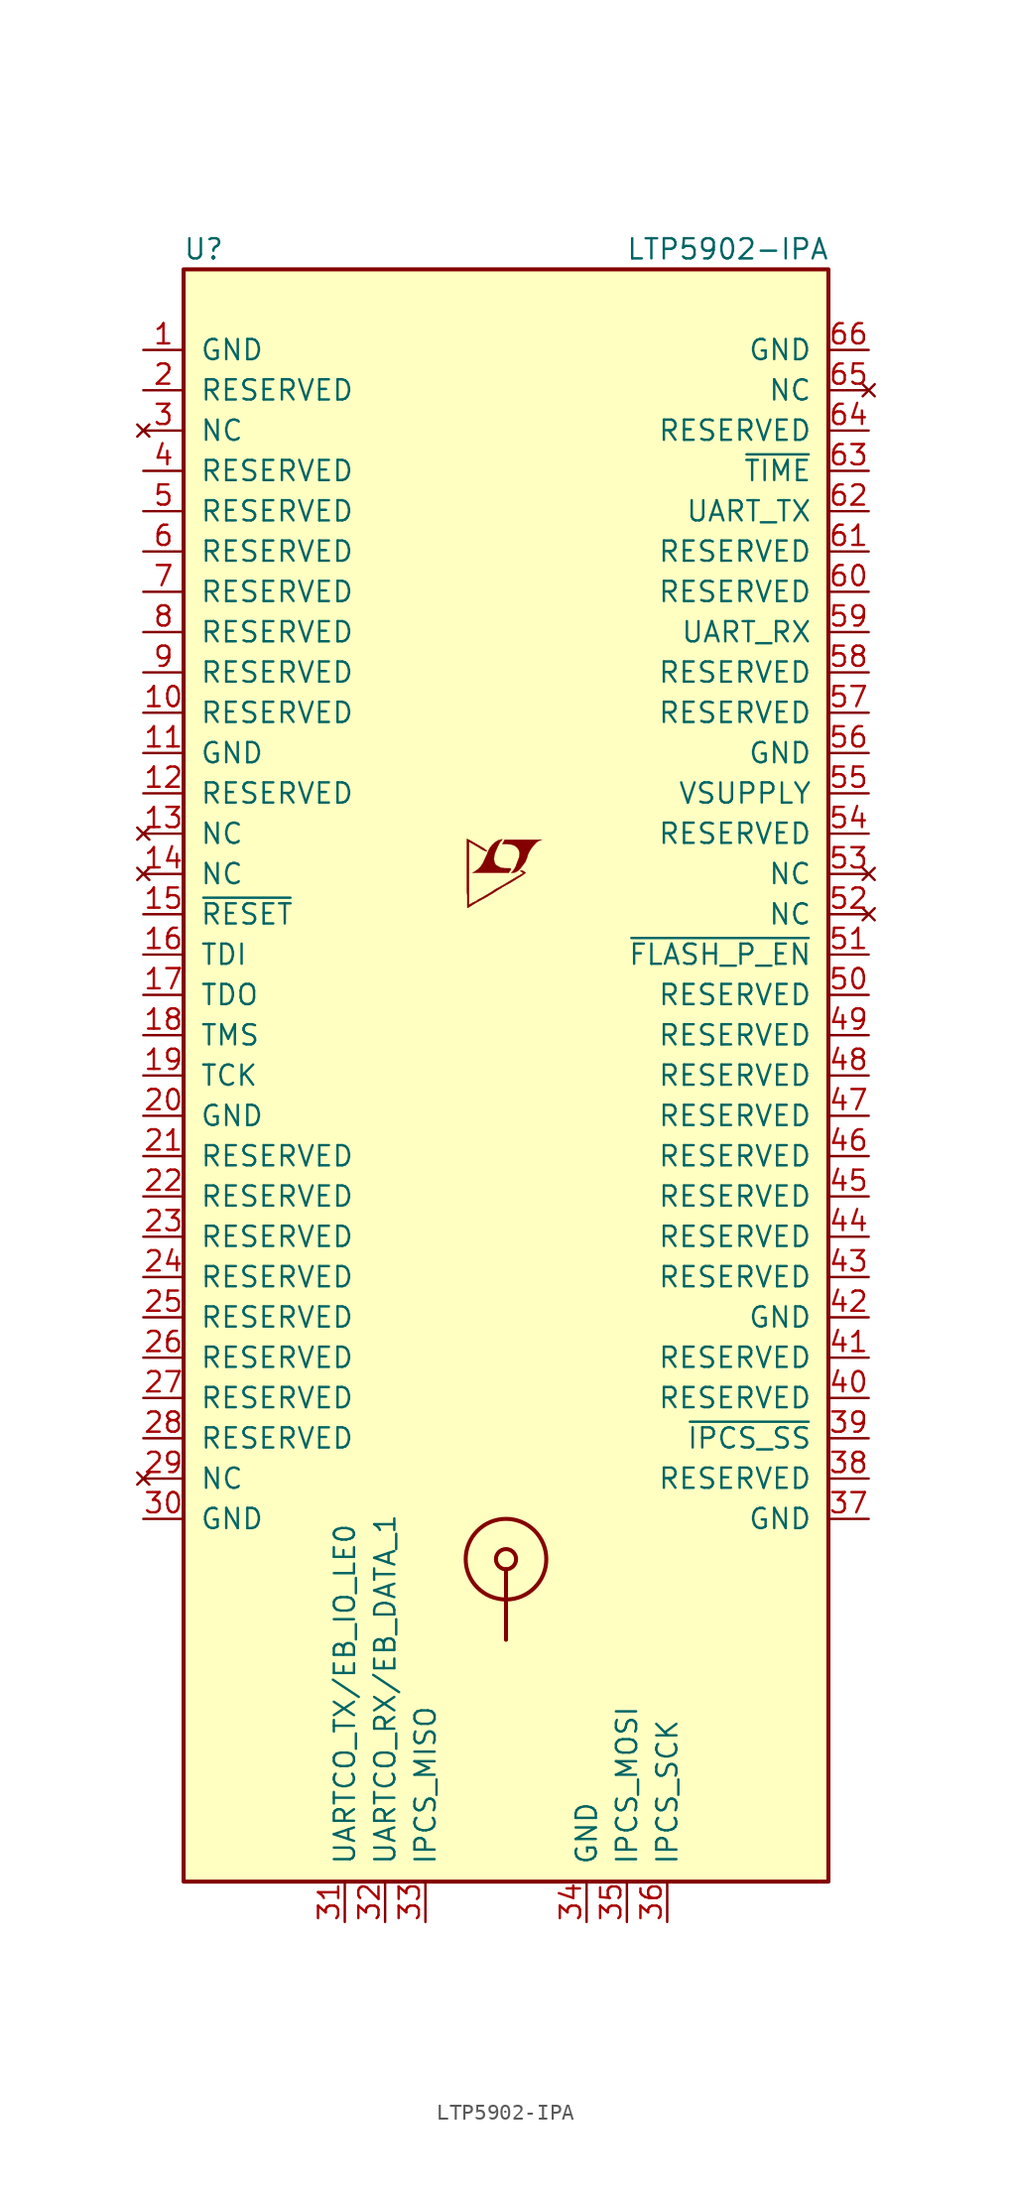
<source format=kicad_sym>
(kicad_symbol_lib
  (version 20201005)
  (generator kicad_symbol_editor)
  (symbol "LTP5902-IPA"
    (pin_names
      (offset 1.016))
    (property "Reference" "U"
      (at -19.05 52.07 0)
      (effects (font (size 1.27 1.27))))
    (property "Value" "LTP5902-IPA"
      (at 13.97 52.07 0)
      (effects (font (size 1.27 1.27))))
    (symbol "LTP5902-IPA_0_0"
      (polyline (pts (xy 0.584 12.802) (xy 0.762 12.903) (xy 0.914 13.056) (xy 1.219 13.462) (xy 1.321 13.716) (xy 1.397 13.97) (xy 1.549 14.249) (xy 1.727 14.478) (xy 1.905 14.681) (xy 2.108 14.808) (xy 2.261 14.859) (xy -0.076 14.859) (xy -0.152 14.732) (xy -0.152 14.707) (xy -0.203 14.63) (xy -0.229 14.605) (xy -0.178 14.58) (xy 0.102 14.58) (xy 0.356 14.554) (xy 0.559 14.478) (xy 0.711 14.351) (xy 0.813 14.199) (xy 0.864 14.021) (xy 0.838 13.792) (xy 0.838 13.767) (xy 0.61 13.157) (xy 0.508 12.979) (xy 0.406 12.852) (xy 0.33 12.776) (xy 0.432 12.776) (xy 0.584 12.802)) (stroke (width 0.025)) (fill (type outline)))
      (polyline (pts (xy 0.229 12.878) (xy 0.254 12.903) (xy 0.305 12.979) (xy 0.305 13.03) (xy 0.254 13.056) (xy -0.051 13.056) (xy -0.305 13.081) (xy -0.508 13.183) (xy -0.66 13.284) (xy -0.737 13.462) (xy -0.762 13.64) (xy -0.737 13.868) (xy -0.737 13.894) (xy -0.686 14.046) (xy -0.533 14.402) (xy -0.381 14.707) (xy -0.305 14.783) (xy -0.229 14.884) (xy -0.356 14.859) (xy -0.508 14.808) (xy -0.711 14.681) (xy -0.889 14.503) (xy -1.041 14.3) (xy -1.168 14.021) (xy -1.168 13.995) (xy -1.321 13.665) (xy -1.448 13.386) (xy -1.6 13.157) (xy -1.753 13.005) (xy -1.93 12.878) (xy -2.108 12.776) (xy 0.178 12.776) (xy 0.229 12.878)) (stroke (width 0.025)) (fill (type outline)))
      (polyline (pts (xy -2.362 10.592) (xy -2.286 10.643) (xy -2.159 10.719) (xy -2.083 10.77) (xy -1.829 10.922) (xy -1.27 11.227) (xy -0.762 11.532) (xy -0.533 11.684) (xy -0.356 11.786) (xy -0.203 11.887) (xy -0.102 11.938) (xy -0.025 11.989) (xy 0.127 12.065) (xy 0.305 12.167) (xy 0.711 12.421) (xy 0.889 12.522) (xy 1.041 12.624) (xy 1.143 12.7) (xy 1.219 12.751) (xy 1.245 12.776) (xy 1.092 12.878) (xy 0.94 12.929) (xy 0.914 12.903) (xy 0.914 12.878) (xy 0.991 12.827) (xy 1.092 12.751) (xy 0.178 12.217) (xy -0.025 12.09) (xy -0.33 11.913) (xy -0.66 11.735) (xy -0.965 11.532) (xy -1.27 11.354) (xy -1.524 11.201) (xy -1.727 11.1) (xy -1.905 10.973) (xy -2.083 10.897) (xy -2.21 10.82) (xy -2.311 10.77) (xy -2.337 10.744) (xy -2.337 14.732) (xy -1.803 14.427) (xy -1.676 14.351) (xy -1.524 14.249) (xy -1.372 14.173) (xy -1.295 14.148) (xy -1.245 14.122) (xy -1.219 14.122) (xy -1.219 14.173) (xy -1.295 14.224) (xy -1.422 14.326) (xy -1.6 14.427) (xy -1.727 14.503) (xy -2.083 14.707) (xy -2.21 14.783) (xy -2.464 14.91) (xy -2.464 11.633) (xy -2.438 11.328) (xy -2.438 10.566) (xy -2.413 10.566) (xy -2.362 10.592)) (stroke (width 0.025)) (fill (type outline))))
    (symbol "LTP5902-IPA_0_1"
      (circle (center 0 -30.48) (radius 0.635) (stroke (width 0.254)) (fill (type none)))
      (circle (center 0 -30.48) (radius 2.54) (stroke (width 0.254)) (fill (type none)))
      (rectangle (start -20.32 -50.8) (end 20.32 50.8) (stroke (width 0.254)) (fill (type background)))
      (polyline (pts (xy 0 -31.115) (xy 0 -35.56)) (stroke (width 0.254)) (fill (type none))))
    (symbol "LTP5902-IPA_1_1"
      (pin power_in line (at -22.86 45.72 0) (length 2.54) (name "GND" (effects (font (size 1.27 1.27)))) (number "1" (effects (font (size 1.27 1.27)))))
      (pin passive line (at -22.86 22.86 0) (length 2.54) (name "RESERVED" (effects (font (size 1.27 1.27)))) (number "10" (effects (font (size 1.27 1.27)))))
      (pin power_in line (at -22.86 20.32 0) (length 2.54) (name "GND" (effects (font (size 1.27 1.27)))) (number "11" (effects (font (size 1.27 1.27)))))
      (pin passive line (at -22.86 17.78 0) (length 2.54) (name "RESERVED" (effects (font (size 1.27 1.27)))) (number "12" (effects (font (size 1.27 1.27)))))
      (pin unconnected line (at -22.86 15.24 0) (length 2.54) (name "NC" (effects (font (size 1.27 1.27)))) (number "13" (effects (font (size 1.27 1.27)))))
      (pin unconnected line (at -22.86 12.7 0) (length 2.54) (name "NC" (effects (font (size 1.27 1.27)))) (number "14" (effects (font (size 1.27 1.27)))))
      (pin input line (at -22.86 10.16 0) (length 2.54) (name "~RESET~" (effects (font (size 1.27 1.27)))) (number "15" (effects (font (size 1.27 1.27)))))
      (pin input line (at -22.86 7.62 0) (length 2.54) (name "TDI" (effects (font (size 1.27 1.27)))) (number "16" (effects (font (size 1.27 1.27)))))
      (pin output line (at -22.86 5.08 0) (length 2.54) (name "TDO" (effects (font (size 1.27 1.27)))) (number "17" (effects (font (size 1.27 1.27)))))
      (pin input line (at -22.86 2.54 0) (length 2.54) (name "TMS" (effects (font (size 1.27 1.27)))) (number "18" (effects (font (size 1.27 1.27)))))
      (pin input line (at -22.86 0 0) (length 2.54) (name "TCK" (effects (font (size 1.27 1.27)))) (number "19" (effects (font (size 1.27 1.27)))))
      (pin passive line (at -22.86 43.18 0) (length 2.54) (name "RESERVED" (effects (font (size 1.27 1.27)))) (number "2" (effects (font (size 1.27 1.27)))))
      (pin power_in line (at -22.86 -2.54 0) (length 2.54) (name "GND" (effects (font (size 1.27 1.27)))) (number "20" (effects (font (size 1.27 1.27)))))
      (pin passive line (at -22.86 -5.08 0) (length 2.54) (name "RESERVED" (effects (font (size 1.27 1.27)))) (number "21" (effects (font (size 1.27 1.27)))))
      (pin passive line (at -22.86 -7.62 0) (length 2.54) (name "RESERVED" (effects (font (size 1.27 1.27)))) (number "22" (effects (font (size 1.27 1.27)))))
      (pin passive line (at -22.86 -10.16 0) (length 2.54) (name "RESERVED" (effects (font (size 1.27 1.27)))) (number "23" (effects (font (size 1.27 1.27)))))
      (pin passive line (at -22.86 -12.7 0) (length 2.54) (name "RESERVED" (effects (font (size 1.27 1.27)))) (number "24" (effects (font (size 1.27 1.27)))))
      (pin passive line (at -22.86 -15.24 0) (length 2.54) (name "RESERVED" (effects (font (size 1.27 1.27)))) (number "25" (effects (font (size 1.27 1.27)))))
      (pin passive line (at -22.86 -17.78 0) (length 2.54) (name "RESERVED" (effects (font (size 1.27 1.27)))) (number "26" (effects (font (size 1.27 1.27)))))
      (pin passive line (at -22.86 -20.32 0) (length 2.54) (name "RESERVED" (effects (font (size 1.27 1.27)))) (number "27" (effects (font (size 1.27 1.27)))))
      (pin passive line (at -22.86 -22.86 0) (length 2.54) (name "RESERVED" (effects (font (size 1.27 1.27)))) (number "28" (effects (font (size 1.27 1.27)))))
      (pin unconnected line (at -22.86 -25.4 0) (length 2.54) (name "NC" (effects (font (size 1.27 1.27)))) (number "29" (effects (font (size 1.27 1.27)))))
      (pin unconnected line (at -22.86 40.64 0) (length 2.54) (name "NC" (effects (font (size 1.27 1.27)))) (number "3" (effects (font (size 1.27 1.27)))))
      (pin power_in line (at -22.86 -27.94 0) (length 2.54) (name "GND" (effects (font (size 1.27 1.27)))) (number "30" (effects (font (size 1.27 1.27)))))
      (pin output line (at -10.16 -53.34 90) (length 2.54) (name "UARTCO_TX/EB_IO_LE0" (effects (font (size 1.27 1.27)))) (number "31" (effects (font (size 1.27 1.27)))))
      (pin bidirectional line (at -7.62 -53.34 90) (length 2.54) (name "UARTCO_RX/EB_DATA_1" (effects (font (size 1.27 1.27)))) (number "32" (effects (font (size 1.27 1.27)))))
      (pin output line (at -5.08 -53.34 90) (length 2.54) (name "IPCS_MISO" (effects (font (size 1.27 1.27)))) (number "33" (effects (font (size 1.27 1.27)))))
      (pin power_in line (at 5.08 -53.34 90) (length 2.54) (name "GND" (effects (font (size 1.27 1.27)))) (number "34" (effects (font (size 1.27 1.27)))))
      (pin input line (at 7.62 -53.34 90) (length 2.54) (name "IPCS_MOSI" (effects (font (size 1.27 1.27)))) (number "35" (effects (font (size 1.27 1.27)))))
      (pin input line (at 10.16 -53.34 90) (length 2.54) (name "IPCS_SCK" (effects (font (size 1.27 1.27)))) (number "36" (effects (font (size 1.27 1.27)))))
      (pin power_in line (at 22.86 -27.94 180) (length 2.54) (name "GND" (effects (font (size 1.27 1.27)))) (number "37" (effects (font (size 1.27 1.27)))))
      (pin passive line (at 22.86 -25.4 180) (length 2.54) (name "RESERVED" (effects (font (size 1.27 1.27)))) (number "38" (effects (font (size 1.27 1.27)))))
      (pin input line (at 22.86 -22.86 180) (length 2.54) (name "~IPCS_SS~" (effects (font (size 1.27 1.27)))) (number "39" (effects (font (size 1.27 1.27)))))
      (pin passive line (at -22.86 38.1 0) (length 2.54) (name "RESERVED" (effects (font (size 1.27 1.27)))) (number "4" (effects (font (size 1.27 1.27)))))
      (pin passive line (at 22.86 -20.32 180) (length 2.54) (name "RESERVED" (effects (font (size 1.27 1.27)))) (number "40" (effects (font (size 1.27 1.27)))))
      (pin passive line (at 22.86 -17.78 180) (length 2.54) (name "RESERVED" (effects (font (size 1.27 1.27)))) (number "41" (effects (font (size 1.27 1.27)))))
      (pin power_in line (at 22.86 -15.24 180) (length 2.54) (name "GND" (effects (font (size 1.27 1.27)))) (number "42" (effects (font (size 1.27 1.27)))))
      (pin passive line (at 22.86 -12.7 180) (length 2.54) (name "RESERVED" (effects (font (size 1.27 1.27)))) (number "43" (effects (font (size 1.27 1.27)))))
      (pin passive line (at 22.86 -10.16 180) (length 2.54) (name "RESERVED" (effects (font (size 1.27 1.27)))) (number "44" (effects (font (size 1.27 1.27)))))
      (pin passive line (at 22.86 -7.62 180) (length 2.54) (name "RESERVED" (effects (font (size 1.27 1.27)))) (number "45" (effects (font (size 1.27 1.27)))))
      (pin passive line (at 22.86 -5.08 180) (length 2.54) (name "RESERVED" (effects (font (size 1.27 1.27)))) (number "46" (effects (font (size 1.27 1.27)))))
      (pin passive line (at 22.86 -2.54 180) (length 2.54) (name "RESERVED" (effects (font (size 1.27 1.27)))) (number "47" (effects (font (size 1.27 1.27)))))
      (pin passive line (at 22.86 0 180) (length 2.54) (name "RESERVED" (effects (font (size 1.27 1.27)))) (number "48" (effects (font (size 1.27 1.27)))))
      (pin passive line (at 22.86 2.54 180) (length 2.54) (name "RESERVED" (effects (font (size 1.27 1.27)))) (number "49" (effects (font (size 1.27 1.27)))))
      (pin passive line (at -22.86 35.56 0) (length 2.54) (name "RESERVED" (effects (font (size 1.27 1.27)))) (number "5" (effects (font (size 1.27 1.27)))))
      (pin passive line (at 22.86 5.08 180) (length 2.54) (name "RESERVED" (effects (font (size 1.27 1.27)))) (number "50" (effects (font (size 1.27 1.27)))))
      (pin input line (at 22.86 7.62 180) (length 2.54) (name "~FLASH_P_EN~" (effects (font (size 1.27 1.27)))) (number "51" (effects (font (size 1.27 1.27)))))
      (pin unconnected line (at 22.86 10.16 180) (length 2.54) (name "NC" (effects (font (size 1.27 1.27)))) (number "52" (effects (font (size 1.27 1.27)))))
      (pin unconnected line (at 22.86 12.7 180) (length 2.54) (name "NC" (effects (font (size 1.27 1.27)))) (number "53" (effects (font (size 1.27 1.27)))))
      (pin passive line (at 22.86 15.24 180) (length 2.54) (name "RESERVED" (effects (font (size 1.27 1.27)))) (number "54" (effects (font (size 1.27 1.27)))))
      (pin power_in line (at 22.86 17.78 180) (length 2.54) (name "VSUPPLY" (effects (font (size 1.27 1.27)))) (number "55" (effects (font (size 1.27 1.27)))))
      (pin power_in line (at 22.86 20.32 180) (length 2.54) (name "GND" (effects (font (size 1.27 1.27)))) (number "56" (effects (font (size 1.27 1.27)))))
      (pin passive line (at 22.86 22.86 180) (length 2.54) (name "RESERVED" (effects (font (size 1.27 1.27)))) (number "57" (effects (font (size 1.27 1.27)))))
      (pin passive line (at 22.86 25.4 180) (length 2.54) (name "RESERVED" (effects (font (size 1.27 1.27)))) (number "58" (effects (font (size 1.27 1.27)))))
      (pin input line (at 22.86 27.94 180) (length 2.54) (name "UART_RX" (effects (font (size 1.27 1.27)))) (number "59" (effects (font (size 1.27 1.27)))))
      (pin passive line (at -22.86 33.02 0) (length 2.54) (name "RESERVED" (effects (font (size 1.27 1.27)))) (number "6" (effects (font (size 1.27 1.27)))))
      (pin passive line (at 22.86 30.48 180) (length 2.54) (name "RESERVED" (effects (font (size 1.27 1.27)))) (number "60" (effects (font (size 1.27 1.27)))))
      (pin passive line (at 22.86 33.02 180) (length 2.54) (name "RESERVED" (effects (font (size 1.27 1.27)))) (number "61" (effects (font (size 1.27 1.27)))))
      (pin output line (at 22.86 35.56 180) (length 2.54) (name "UART_TX" (effects (font (size 1.27 1.27)))) (number "62" (effects (font (size 1.27 1.27)))))
      (pin input line (at 22.86 38.1 180) (length 2.54) (name "~TIME~" (effects (font (size 1.27 1.27)))) (number "63" (effects (font (size 1.27 1.27)))))
      (pin passive line (at 22.86 40.64 180) (length 2.54) (name "RESERVED" (effects (font (size 1.27 1.27)))) (number "64" (effects (font (size 1.27 1.27)))))
      (pin unconnected line (at 22.86 43.18 180) (length 2.54) (name "NC" (effects (font (size 1.27 1.27)))) (number "65" (effects (font (size 1.27 1.27)))))
      (pin power_in line (at 22.86 45.72 180) (length 2.54) (name "GND" (effects (font (size 1.27 1.27)))) (number "66" (effects (font (size 1.27 1.27)))))
      (pin passive line (at -22.86 30.48 0) (length 2.54) (name "RESERVED" (effects (font (size 1.27 1.27)))) (number "7" (effects (font (size 1.27 1.27)))))
      (pin passive line (at -22.86 27.94 0) (length 2.54) (name "RESERVED" (effects (font (size 1.27 1.27)))) (number "8" (effects (font (size 1.27 1.27)))))
      (pin passive line (at -22.86 25.4 0) (length 2.54) (name "RESERVED" (effects (font (size 1.27 1.27)))) (number "9" (effects (font (size 1.27 1.27))))))))
</source>
